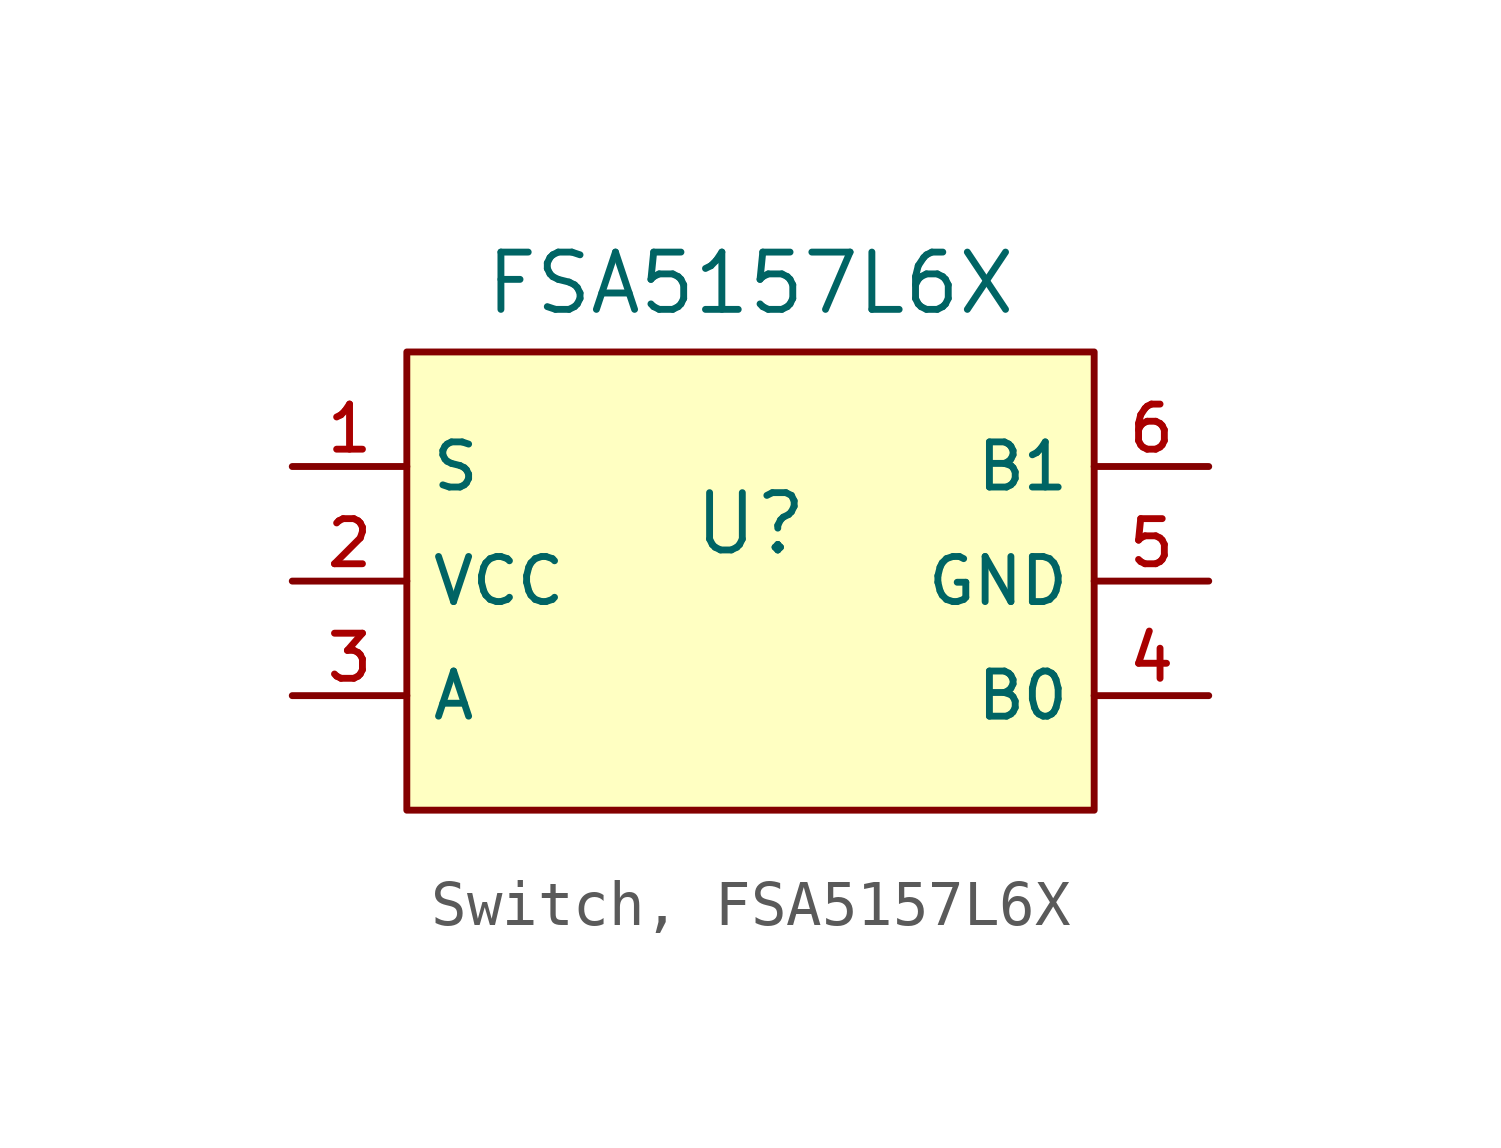
<source format=kicad_sym>
(kicad_symbol_lib
  (version 20231120)
  (generator "CDFER_Archive_Tool")
  (generator_version "0.0")
  (symbol "Switch, FSA5157L6X"
    (property "Reference" "U"
      (at 0 1.27 0)
      (effects (font (size 1.27 1.27))))
    (property "Value" "FSA5157L6X"
      (at 0 6.604 0)
      (effects (font (size 1.27 1.27))))
    (symbol "Switch, FSA5157L6X_0_1"
      (rectangle (start -7.62 5.08) (end 7.62 -5.08) (stroke (width 0) (type default)) (fill (type background)))
      (pin unspecified line (at -10.16 2.54 0) (length 2.54) (name "S" (effects (font (size 1 1)))) (number "1" (effects (font (size 1 1)))))
      (pin unspecified line (at -10.16 0 0) (length 2.54) (name "VCC" (effects (font (size 1 1)))) (number "2" (effects (font (size 1 1)))))
      (pin unspecified line (at -10.16 -2.54 0) (length 2.54) (name "A" (effects (font (size 1 1)))) (number "3" (effects (font (size 1 1)))))
      (pin unspecified line (at 10.16 -2.54 180) (length 2.54) (name "B0" (effects (font (size 1 1)))) (number "4" (effects (font (size 1 1)))))
      (pin unspecified line (at 10.16 0 180) (length 2.54) (name "GND" (effects (font (size 1 1)))) (number "5" (effects (font (size 1 1)))))
      (pin unspecified line (at 10.16 2.54 180) (length 2.54) (name "B1" (effects (font (size 1 1)))) (number "6" (effects (font (size 1 1))))))))
</source>
